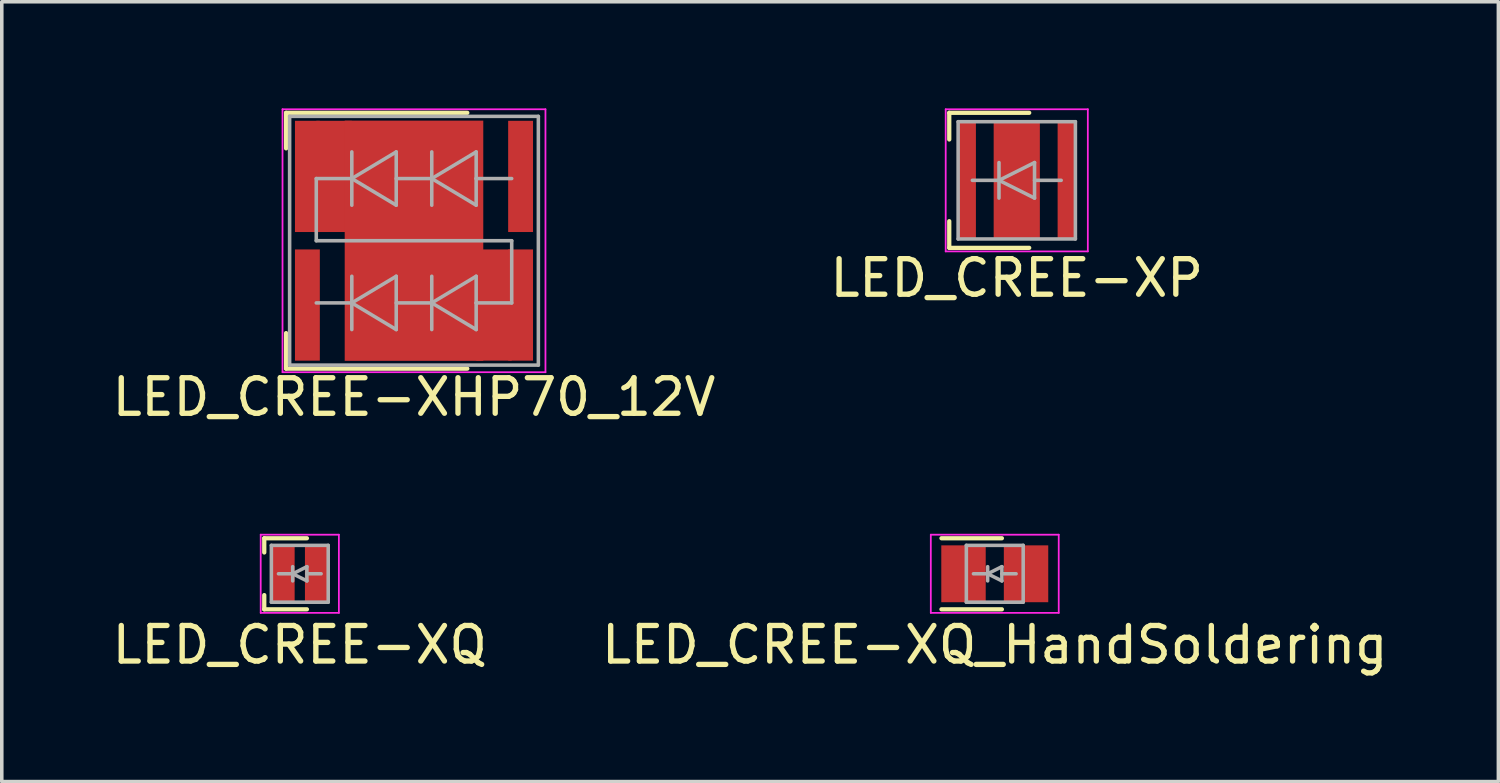
<source format=kicad_pcb>
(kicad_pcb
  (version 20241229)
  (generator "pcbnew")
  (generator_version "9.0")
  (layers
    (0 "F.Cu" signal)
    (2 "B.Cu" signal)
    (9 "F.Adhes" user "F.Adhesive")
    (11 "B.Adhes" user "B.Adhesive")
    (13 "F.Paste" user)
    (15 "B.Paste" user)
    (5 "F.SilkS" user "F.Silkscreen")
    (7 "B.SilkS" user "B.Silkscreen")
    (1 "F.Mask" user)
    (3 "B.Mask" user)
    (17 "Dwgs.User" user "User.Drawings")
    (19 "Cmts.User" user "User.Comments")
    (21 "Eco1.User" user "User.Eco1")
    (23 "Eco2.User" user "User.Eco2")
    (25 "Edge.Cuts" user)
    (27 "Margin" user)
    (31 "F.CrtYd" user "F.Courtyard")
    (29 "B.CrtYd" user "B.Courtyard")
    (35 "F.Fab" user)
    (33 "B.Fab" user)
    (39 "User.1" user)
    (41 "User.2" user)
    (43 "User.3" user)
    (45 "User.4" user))
  (footprint "LED_CREE-XP"
    (layer "F.Cu")
    (at 25.565 2.025)
    (property "Reference" "LED_CREE-XP" (at 0 2.75 0) (layer "F.SilkS") (effects (font (size 1 1) (thickness 0.15))))
    (attr smd)
    (fp_line (start -1.9 -1.9) (end -1.9 -1.15) (stroke (width 0.12) (type solid)) (layer "F.SilkS"))
    (fp_line (start -1.9 1.9) (end -1.9 1.15) (stroke (width 0.12) (type solid)) (layer "F.SilkS"))
    (fp_line (start 0.35 -1.9) (end -1.9 -1.9) (stroke (width 0.12) (type solid)) (layer "F.SilkS"))
    (fp_line (start 0.35 1.9) (end -1.9 1.9) (stroke (width 0.12) (type solid)) (layer "F.SilkS"))
    (fp_line (start -2 -2) (end 2 -2) (stroke (width 0.05) (type solid)) (layer "F.CrtYd"))
    (fp_line (start -2 2) (end -2 -2) (stroke (width 0.05) (type solid)) (layer "F.CrtYd"))
    (fp_line (start 2 -2) (end 2 2) (stroke (width 0.05) (type solid)) (layer "F.CrtYd"))
    (fp_line (start 2 2) (end -2 2) (stroke (width 0.05) (type solid)) (layer "F.CrtYd"))
    (fp_line (start -1.65 -1.65) (end 1.65 -1.65) (stroke (width 0.1) (type solid)) (layer "F.Fab"))
    (fp_line (start -1.65 1.65) (end -1.65 -1.65) (stroke (width 0.1) (type solid)) (layer "F.Fab"))
    (fp_line (start -1.25 0) (end -0.5 0) (stroke (width 0.1) (type solid)) (layer "F.Fab"))
    (fp_line (start -0.5 -0.5) (end -0.5 0.5) (stroke (width 0.1) (type solid)) (layer "F.Fab"))
    (fp_line (start -0.5 0) (end 0.5 -0.5) (stroke (width 0.1) (type solid)) (layer "F.Fab"))
    (fp_line (start 0.5 -0.5) (end 0.5 0.5) (stroke (width 0.1) (type solid)) (layer "F.Fab"))
    (fp_line (start 0.5 0.5) (end -0.5 0) (stroke (width 0.1) (type solid)) (layer "F.Fab"))
    (fp_line (start 1.25 0) (end 0.5 0) (stroke (width 0.1) (type solid)) (layer "F.Fab"))
    (fp_line (start 1.65 -1.65) (end 1.65 1.65) (stroke (width 0.1) (type solid)) (layer "F.Fab"))
    (fp_line (start 1.65 1.65) (end -1.65 1.65) (stroke (width 0.1) (type solid)) (layer "F.Fab"))
    (pad "1" smd rect (at -1.4 0) (size 0.5 3.3) (layers "F.Cu" "F.Mask" "F.Paste"))
    (pad "2" smd rect (at 1.4 0) (size 0.5 3.3) (layers "F.Cu" "F.Mask" "F.Paste"))
    (pad "3" smd rect (at 0 -1) (size 1 0.75) (layers "F.Cu" "F.Mask" "F.Paste"))
    (pad "3" smd rect (at 0 0) (size 1 0.75) (layers "F.Cu" "F.Mask" "F.Paste"))
    (pad "3" smd rect (at 0 0) (size 1.3 3.3) (layers "F.Cu" "F.Mask"))
    (pad "3" smd rect (at 0 1) (size 1 0.75) (layers "F.Cu" "F.Mask" "F.Paste")))
  (footprint "LED_CREE-XQ_HandSoldering"
    (layer "F.Cu")
    (at 24.946 13.098)
    (property "Reference" "LED_CREE-XQ_HandSoldering" (at 0 2 0) (layer "F.SilkS") (effects (font (size 1 1) (thickness 0.15))))
    (attr smd)
    (fp_line (start 0.2 -1) (end -1.5 -1) (stroke (width 0.12) (type solid)) (layer "F.SilkS"))
    (fp_line (start 0.2 1) (end -1.5 1) (stroke (width 0.12) (type solid)) (layer "F.SilkS"))
    (fp_line (start -1.8 -1.1) (end 1.8 -1.1) (stroke (width 0.05) (type solid)) (layer "F.CrtYd"))
    (fp_line (start -1.8 1.1) (end -1.8 -1.1) (stroke (width 0.05) (type solid)) (layer "F.CrtYd"))
    (fp_line (start 1.8 -1.1) (end 1.8 1.1) (stroke (width 0.05) (type solid)) (layer "F.CrtYd"))
    (fp_line (start 1.8 1.1) (end -1.8 1.1) (stroke (width 0.05) (type solid)) (layer "F.CrtYd"))
    (fp_line (start -0.8 -0.8) (end 0.8 -0.8) (stroke (width 0.1) (type solid)) (layer "F.Fab"))
    (fp_line (start -0.8 0.8) (end -0.8 -0.8) (stroke (width 0.1) (type solid)) (layer "F.Fab"))
    (fp_line (start -0.6 0) (end -0.2 0) (stroke (width 0.1) (type solid)) (layer "F.Fab"))
    (fp_line (start -0.2 -0.2) (end -0.2 0.2) (stroke (width 0.1) (type solid)) (layer "F.Fab"))
    (fp_line (start -0.2 0) (end 0.2 -0.2) (stroke (width 0.1) (type solid)) (layer "F.Fab"))
    (fp_line (start 0.2 -0.2) (end 0.2 0.2) (stroke (width 0.1) (type solid)) (layer "F.Fab"))
    (fp_line (start 0.2 0.2) (end -0.2 0) (stroke (width 0.1) (type solid)) (layer "F.Fab"))
    (fp_line (start 0.6 0) (end 0.2 0) (stroke (width 0.1) (type solid)) (layer "F.Fab"))
    (fp_line (start 0.8 -0.8) (end 0.8 0.8) (stroke (width 0.1) (type solid)) (layer "F.Fab"))
    (fp_line (start 0.8 0.8) (end -0.8 0.8) (stroke (width 0.1) (type solid)) (layer "F.Fab"))
    (pad "1" smd rect (at -0.88 0) (size 1.25 1.6) (layers "F.Cu" "F.Mask" "F.Paste"))
    (pad "2" smd rect (at 0.88 0) (size 1.25 1.6) (layers "F.Cu" "F.Mask" "F.Paste")))
  (footprint "LED_CREE-XQ"
    (layer "F.Cu")
    (at 5.387 13.098)
    (property "Reference" "LED_CREE-XQ" (at 0 2 0) (layer "F.SilkS") (effects (font (size 1 1) (thickness 0.15))))
    (attr smd)
    (fp_line (start -1 -1) (end -1 -0.6) (stroke (width 0.12) (type solid)) (layer "F.SilkS"))
    (fp_line (start -1 1) (end -1 0.6) (stroke (width 0.12) (type solid)) (layer "F.SilkS"))
    (fp_line (start 0.2 -1) (end -1 -1) (stroke (width 0.12) (type solid)) (layer "F.SilkS"))
    (fp_line (start 0.2 1) (end -1 1) (stroke (width 0.12) (type solid)) (layer "F.SilkS"))
    (fp_line (start -1.1 -1.1) (end 1.1 -1.1) (stroke (width 0.05) (type solid)) (layer "F.CrtYd"))
    (fp_line (start -1.1 1.1) (end -1.1 -1.1) (stroke (width 0.05) (type solid)) (layer "F.CrtYd"))
    (fp_line (start 1.1 -1.1) (end 1.1 1.1) (stroke (width 0.05) (type solid)) (layer "F.CrtYd"))
    (fp_line (start 1.1 1.1) (end -1.1 1.1) (stroke (width 0.05) (type solid)) (layer "F.CrtYd"))
    (fp_line (start -0.8 -0.8) (end 0.8 -0.8) (stroke (width 0.1) (type solid)) (layer "F.Fab"))
    (fp_line (start -0.8 0.8) (end -0.8 -0.8) (stroke (width 0.1) (type solid)) (layer "F.Fab"))
    (fp_line (start -0.6 0) (end -0.2 0) (stroke (width 0.1) (type solid)) (layer "F.Fab"))
    (fp_line (start -0.2 -0.2) (end -0.2 0.2) (stroke (width 0.1) (type solid)) (layer "F.Fab"))
    (fp_line (start -0.2 0) (end 0.2 -0.2) (stroke (width 0.1) (type solid)) (layer "F.Fab"))
    (fp_line (start 0.2 -0.2) (end 0.2 0.2) (stroke (width 0.1) (type solid)) (layer "F.Fab"))
    (fp_line (start 0.2 0.2) (end -0.2 0) (stroke (width 0.1) (type solid)) (layer "F.Fab"))
    (fp_line (start 0.6 0) (end 0.2 0) (stroke (width 0.1) (type solid)) (layer "F.Fab"))
    (fp_line (start 0.8 -0.8) (end 0.8 0.8) (stroke (width 0.1) (type solid)) (layer "F.Fab"))
    (fp_line (start 0.8 0.8) (end -0.8 0.8) (stroke (width 0.1) (type solid)) (layer "F.Fab"))
    (pad "1" smd rect (at -0.47 0) (size 0.65 1.6) (layers "F.Cu" "F.Mask" "F.Paste"))
    (pad "2" smd rect (at 0.47 0) (size 0.65 1.6) (layers "F.Cu" "F.Mask" "F.Paste")))
  (footprint "LED_CREE-XHP70_12V"
    (layer "F.Cu")
    (at 8.601 3.725)
    (property "Reference" "LED_CREE-XHP70_12V" (at 0 4.4 0) (layer "F.SilkS") (effects (font (size 1 1) (thickness 0.15))))
    (attr smd)
    (fp_line (start -3.6 -3.6) (end -3.6 -2.6) (stroke (width 0.12) (type solid)) (layer "F.SilkS"))
    (fp_line (start -3.6 3.6) (end -3.6 2.6) (stroke (width 0.12) (type solid)) (layer "F.SilkS"))
    (fp_line (start 1.5 -3.6) (end -3.6 -3.6) (stroke (width 0.12) (type solid)) (layer "F.SilkS"))
    (fp_line (start 1.5 3.6) (end -3.6 3.6) (stroke (width 0.12) (type solid)) (layer "F.SilkS"))
    (fp_line (start -3.7 -3.7) (end -3.7 3.7) (stroke (width 0.05) (type solid)) (layer "F.CrtYd"))
    (fp_line (start -3.7 3.7) (end 3.7 3.7) (stroke (width 0.05) (type solid)) (layer "F.CrtYd"))
    (fp_line (start 3.7 -3.7) (end -3.7 -3.7) (stroke (width 0.05) (type solid)) (layer "F.CrtYd"))
    (fp_line (start 3.7 3.7) (end 3.7 -3.7) (stroke (width 0.05) (type solid)) (layer "F.CrtYd"))
    (fp_line (start -3.5 -3.5) (end -3.5 3.5) (stroke (width 0.1) (type solid)) (layer "F.Fab"))
    (fp_line (start -3.5 3.5) (end 3.5 3.5) (stroke (width 0.1) (type solid)) (layer "F.Fab"))
    (fp_line (start -2.75 -1.75) (end -2.75 0) (stroke (width 0.1) (type solid)) (layer "F.Fab"))
    (fp_line (start -2.75 -1.75) (end -1.75 -1.75) (stroke (width 0.1) (type solid)) (layer "F.Fab"))
    (fp_line (start -2.75 0) (end 2.75 0) (stroke (width 0.1) (type solid)) (layer "F.Fab"))
    (fp_line (start -2.75 1.75) (end -1.75 1.75) (stroke (width 0.1) (type solid)) (layer "F.Fab"))
    (fp_line (start -1.75 -1.75) (end -1.75 -2.5) (stroke (width 0.1) (type solid)) (layer "F.Fab"))
    (fp_line (start -1.75 -1.75) (end -1.75 -1) (stroke (width 0.1) (type solid)) (layer "F.Fab"))
    (fp_line (start -1.75 -1.75) (end -0.5 -1) (stroke (width 0.1) (type solid)) (layer "F.Fab"))
    (fp_line (start -1.75 1.75) (end -1.75 1) (stroke (width 0.1) (type solid)) (layer "F.Fab"))
    (fp_line (start -1.75 1.75) (end -1.75 2.5) (stroke (width 0.1) (type solid)) (layer "F.Fab"))
    (fp_line (start -1.75 1.75) (end -0.5 2.5) (stroke (width 0.1) (type solid)) (layer "F.Fab"))
    (fp_line (start -0.5 -2.5) (end -1.75 -1.75) (stroke (width 0.1) (type solid)) (layer "F.Fab"))
    (fp_line (start -0.5 -1.75) (end 0.5 -1.75) (stroke (width 0.1) (type solid)) (layer "F.Fab"))
    (fp_line (start -0.5 -1) (end -0.5 -2.5) (stroke (width 0.1) (type solid)) (layer "F.Fab"))
    (fp_line (start -0.5 1) (end -1.75 1.75) (stroke (width 0.1) (type solid)) (layer "F.Fab"))
    (fp_line (start -0.5 1.75) (end 0.5 1.75) (stroke (width 0.1) (type solid)) (layer "F.Fab"))
    (fp_line (start -0.5 2.5) (end -0.5 1) (stroke (width 0.1) (type solid)) (layer "F.Fab"))
    (fp_line (start 0.5 -2.5) (end 0.5 -1) (stroke (width 0.1) (type solid)) (layer "F.Fab"))
    (fp_line (start 0.5 -1.75) (end 1.75 -2.5) (stroke (width 0.1) (type solid)) (layer "F.Fab"))
    (fp_line (start 0.5 1) (end 0.5 2.5) (stroke (width 0.1) (type solid)) (layer "F.Fab"))
    (fp_line (start 0.5 1.75) (end 1.75 1) (stroke (width 0.1) (type solid)) (layer "F.Fab"))
    (fp_line (start 1.75 -1.75) (end 1.75 -2.5) (stroke (width 0.1) (type solid)) (layer "F.Fab"))
    (fp_line (start 1.75 -1.75) (end 1.75 -1) (stroke (width 0.1) (type solid)) (layer "F.Fab"))
    (fp_line (start 1.75 -1) (end 0.5 -1.75) (stroke (width 0.1) (type solid)) (layer "F.Fab"))
    (fp_line (start 1.75 1.75) (end 1.75 1) (stroke (width 0.1) (type solid)) (layer "F.Fab"))
    (fp_line (start 1.75 1.75) (end 1.75 2.5) (stroke (width 0.1) (type solid)) (layer "F.Fab"))
    (fp_line (start 1.75 2.5) (end 0.5 1.75) (stroke (width 0.1) (type solid)) (layer "F.Fab"))
    (fp_line (start 2.75 -1.75) (end 1.75 -1.75) (stroke (width 0.1) (type solid)) (layer "F.Fab"))
    (fp_line (start 2.75 0) (end 2.75 1.75) (stroke (width 0.1) (type solid)) (layer "F.Fab"))
    (fp_line (start 2.75 1.75) (end 1.75 1.75) (stroke (width 0.1) (type solid)) (layer "F.Fab"))
    (fp_line (start 3.5 -3.5) (end -3.5 -3.5) (stroke (width 0.1) (type solid)) (layer "F.Fab"))
    (fp_line (start 3.5 3.5) (end 3.5 -3.5) (stroke (width 0.1) (type solid)) (layer "F.Fab"))
    (pad "1" smd rect (at -3 1.81) (size 0.7 3.13) (layers "F.Cu" "F.Mask" "F.Paste"))
    (pad "2" smd rect (at 3 -1.81) (size 0.7 3.13) (layers "F.Cu" "F.Mask" "F.Paste"))
    (pad "3" smd rect (at -3 -1.81) (size 0.7 3.13) (layers "F.Cu" "F.Mask" "F.Paste"))
    (pad "3" smd rect (at -2.25 -1.81) (size 1 3.13) (layers "F.Cu" "F.Mask"))
    (pad "3" smd rect (at -0.77 -2.31) (size 1.29 1.29) (layers "F.Cu" "F.Mask" "F.Paste"))
    (pad "3" smd rect (at -0.77 -0.77) (size 1.29 1.29) (layers "F.Cu" "F.Mask" "F.Paste"))
    (pad "3" smd rect (at -0.77 0.77) (size 1.29 1.29) (layers "F.Cu" "F.Mask" "F.Paste"))
    (pad "3" smd rect (at -0.77 2.31) (size 1.29 1.29) (layers "F.Cu" "F.Mask" "F.Paste"))
    (pad "3" smd rect (at 0 0) (size 3.9 6.76) (layers "F.Cu" "F.Mask"))
    (pad "3" smd rect (at 0.77 -2.31) (size 1.29 1.29) (layers "F.Cu" "F.Mask" "F.Paste"))
    (pad "3" smd rect (at 0.77 -0.77) (size 1.29 1.29) (layers "F.Cu" "F.Mask" "F.Paste"))
    (pad "3" smd rect (at 0.77 0.77) (size 1.29 1.29) (layers "F.Cu" "F.Mask" "F.Paste"))
    (pad "3" smd rect (at 0.77 2.31) (size 1.29 1.29) (layers "F.Cu" "F.Mask" "F.Paste"))
    (pad "3" smd rect (at 2.25 1.81) (size 1 3.13) (layers "F.Cu" "F.Mask"))
    (pad "3" smd rect (at 3 1.81) (size 0.7 3.13) (layers "F.Cu" "F.Mask" "F.Paste")))
  (gr_rect
    (start -3 -3)
    (end 39.119 18.947)
    (stroke (width 0.1) (type default))
    (fill no)
    (layer "Edge.Cuts")))
</source>
